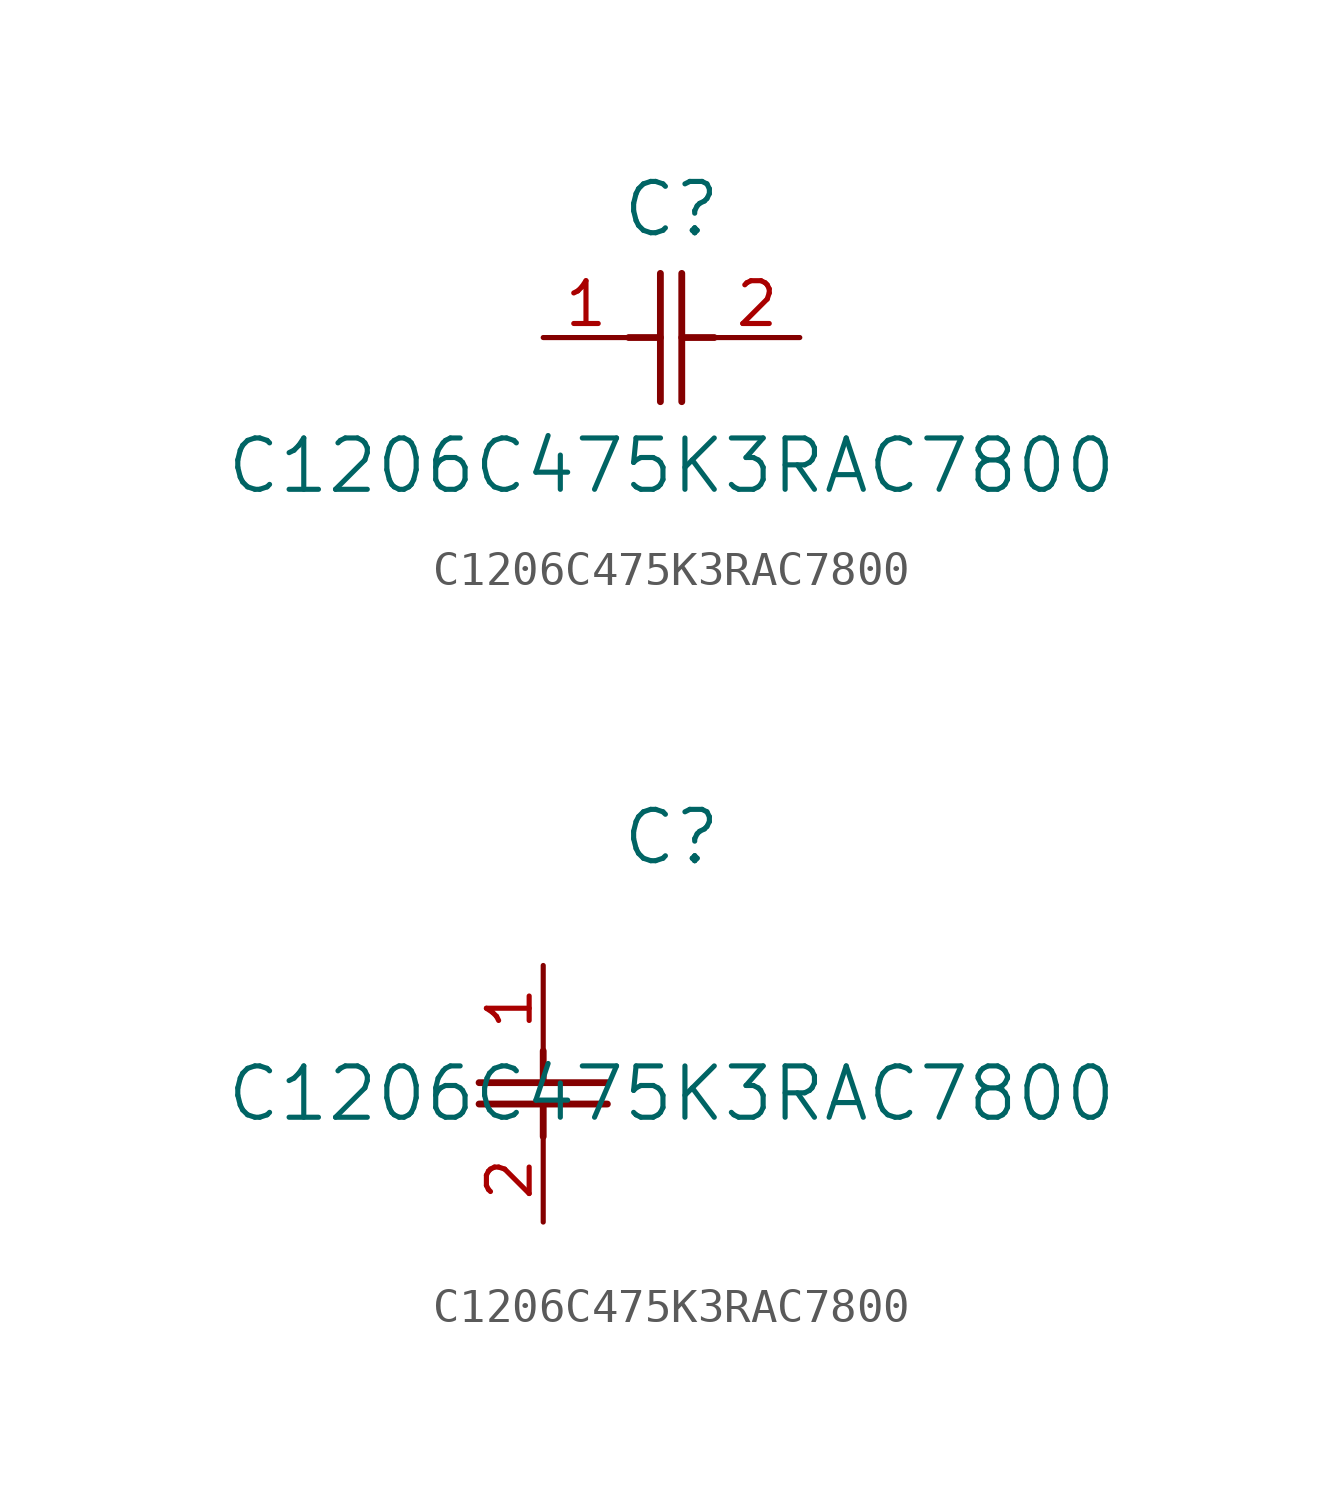
<source format=kicad_sym>
(kicad_symbol_lib
  (version 20211014)
  (generator kicad_symbol_editor)
  (symbol "C1206C475K3RAC7800"
    (pin_names
      (offset 0.254))
    (property "Reference" "C"
      (at 3.81 3.81 0)
      (effects (font (size 1.524 1.524))))
    (property "Value" "C1206C475K3RAC7800"
      (at 3.81 -3.81 0)
      (effects (font (size 1.524 1.524))))
    (symbol "C1206C475K3RAC7800_1_1"
      (polyline (pts (xy 3.48 -1.905) (xy 3.48 1.905)) (stroke (width 0.203) (type default) (color 0 0 0 0)) (fill (type none)))
      (polyline (pts (xy 4.115 -1.905) (xy 4.115 1.905)) (stroke (width 0.203) (type default) (color 0 0 0 0)) (fill (type none)))
      (polyline (pts (xy 4.115 0) (xy 5.08 0)) (stroke (width 0.203) (type default) (color 0 0 0 0)) (fill (type none)))
      (polyline (pts (xy 2.54 0) (xy 3.48 0)) (stroke (width 0.203) (type default) (color 0 0 0 0)) (fill (type none)))
      (pin unspecified line (at 0 0 0) (length 2.54) (name "" (effects (font (size 1.27 1.27)))) (number "1" (effects (font (size 1.27 1.27)))))
      (pin unspecified line (at 7.62 0 180) (length 2.54) (name "" (effects (font (size 1.27 1.27)))) (number "2" (effects (font (size 1.27 1.27))))))
    (symbol "C1206C475K3RAC7800_1_2"
      (polyline (pts (xy -1.905 -3.48) (xy 1.905 -3.48)) (stroke (width 0.203) (type default) (color 0 0 0 0)) (fill (type none)))
      (polyline (pts (xy -1.905 -4.115) (xy 1.905 -4.115)) (stroke (width 0.203) (type default) (color 0 0 0 0)) (fill (type none)))
      (polyline (pts (xy 0 -4.115) (xy 0 -5.08)) (stroke (width 0.203) (type default) (color 0 0 0 0)) (fill (type none)))
      (polyline (pts (xy 0 -2.54) (xy 0 -3.48)) (stroke (width 0.203) (type default) (color 0 0 0 0)) (fill (type none)))
      (pin unspecified line (at 0 0 270) (length 2.54) (name "" (effects (font (size 1.27 1.27)))) (number "1" (effects (font (size 1.27 1.27)))))
      (pin unspecified line (at 0 -7.62 90) (length 2.54) (name "" (effects (font (size 1.27 1.27)))) (number "2" (effects (font (size 1.27 1.27))))))))
</source>
